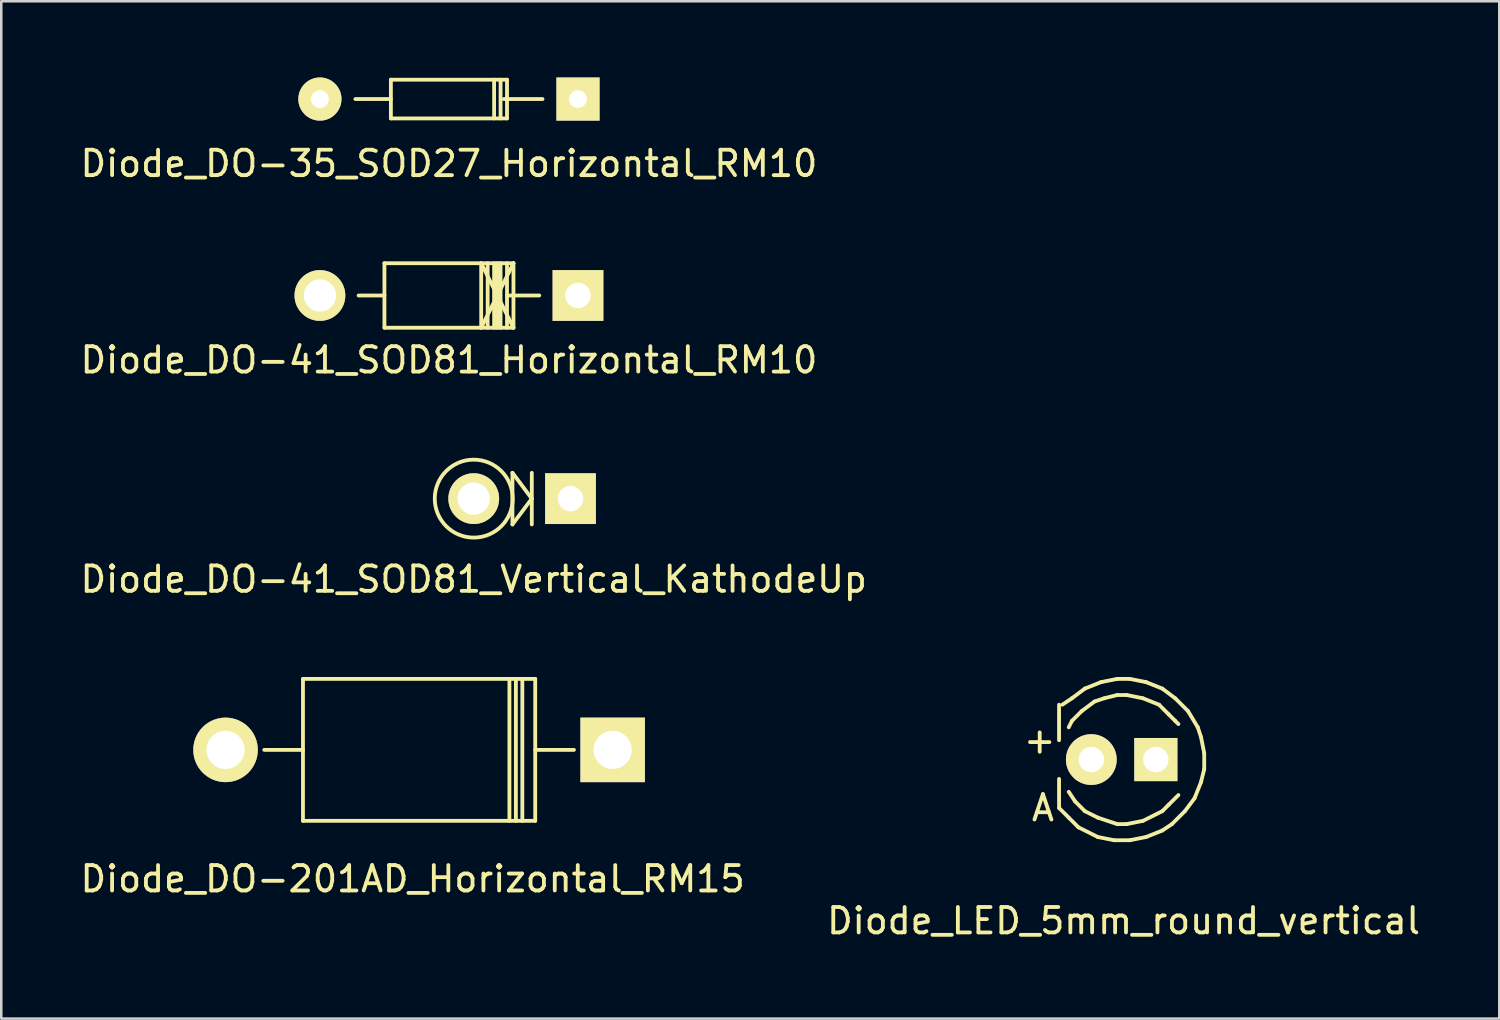
<source format=kicad_pcb>
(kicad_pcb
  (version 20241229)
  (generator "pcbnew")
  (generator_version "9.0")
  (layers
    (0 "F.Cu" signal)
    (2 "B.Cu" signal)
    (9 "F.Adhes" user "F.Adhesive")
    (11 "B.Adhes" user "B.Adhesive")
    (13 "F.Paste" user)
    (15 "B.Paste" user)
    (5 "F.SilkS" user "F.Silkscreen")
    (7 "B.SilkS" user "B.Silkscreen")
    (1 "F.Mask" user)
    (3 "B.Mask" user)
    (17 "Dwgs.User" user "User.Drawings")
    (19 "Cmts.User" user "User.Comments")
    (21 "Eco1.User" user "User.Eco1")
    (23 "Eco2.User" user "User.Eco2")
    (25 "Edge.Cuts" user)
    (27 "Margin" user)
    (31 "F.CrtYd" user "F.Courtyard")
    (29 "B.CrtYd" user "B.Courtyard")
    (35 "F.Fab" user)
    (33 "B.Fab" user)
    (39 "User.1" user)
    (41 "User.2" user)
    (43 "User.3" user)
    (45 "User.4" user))
  (footprint "Diode_DO-201AD_Horizontal_RM15"
    (layer "F.Cu")
    (at 13.45 26.473)
    (property "Reference" "Diode_DO-201AD_Horizontal_RM15" (at -0.254 5.08 0) (layer "F.SilkS") (effects (font (size 1 1) (thickness 0.15))))
    (attr through_hole)
    (fp_line (start -4.572 -2.794) (end -4.572 2.794) (stroke (width 0.15) (type solid)) (layer "F.SilkS"))
    (fp_line (start -4.572 0) (end -6.096 0) (stroke (width 0.15) (type solid)) (layer "F.SilkS"))
    (fp_line (start -4.572 2.794) (end 4.572 2.794) (stroke (width 0.15) (type solid)) (layer "F.SilkS"))
    (fp_line (start 3.556 -2.794) (end 3.556 2.794) (stroke (width 0.15) (type solid)) (layer "F.SilkS"))
    (fp_line (start 3.81 -2.794) (end 3.81 2.794) (stroke (width 0.15) (type solid)) (layer "F.SilkS"))
    (fp_line (start 4.064 -2.794) (end 4.064 2.794) (stroke (width 0.15) (type solid)) (layer "F.SilkS"))
    (fp_line (start 4.572 -2.794) (end -4.572 -2.794) (stroke (width 0.15) (type solid)) (layer "F.SilkS"))
    (fp_line (start 4.572 0) (end 6.096 0) (stroke (width 0.15) (type solid)) (layer "F.SilkS"))
    (fp_line (start 4.572 2.794) (end 4.572 -2.794) (stroke (width 0.15) (type solid)) (layer "F.SilkS"))
    (pad "1" thru_hole circle (at -7.62 0) (size 2.54 2.54) (drill 1.501) (layers "*.Cu" "*.Mask" "F.SilkS"))
    (pad "2" thru_hole rect (at 7.62 0) (size 2.54 2.54) (drill 1.501) (layers "*.Cu" "*.Mask" "F.SilkS")))
  (footprint "Diode_DO-41_SOD81_Vertical_KathodeUp"
    (layer "F.Cu")
    (at 15.601 16.581)
    (property "Reference" "Diode_DO-41_SOD81_Vertical_KathodeUp" (at 0 3.175 0) (layer "F.SilkS") (effects (font (size 1 1) (thickness 0.15))))
    (attr through_hole)
    (fp_line (start 1.524 -1.016) (end 1.524 1.016) (stroke (width 0.15) (type solid)) (layer "F.SilkS"))
    (fp_line (start 1.524 -1.016) (end 2.286 0) (stroke (width 0.15) (type solid)) (layer "F.SilkS"))
    (fp_line (start 2.286 -1.016) (end 2.286 1.016) (stroke (width 0.15) (type solid)) (layer "F.SilkS"))
    (fp_line (start 2.286 0) (end 1.524 1.016) (stroke (width 0.15) (type solid)) (layer "F.SilkS"))
    (fp_circle (center 0 0) (end 1.397 0.635) (stroke (width 0.15) (type solid)) (fill no) (layer "F.SilkS"))
    (pad "1" thru_hole circle (at 0 0) (size 1.999 1.999) (drill 1.27) (layers "*.Cu" "*.Mask" "F.SilkS"))
    (pad "2" thru_hole rect (at 3.81 0) (size 1.999 1.999) (drill 1.001) (layers "*.Cu" "*.Mask" "F.SilkS")))
  (footprint "Diode_DO-35_SOD27_Horizontal_RM10"
    (layer "F.Cu")
    (at 14.625 0.85)
    (property "Reference" "Diode_DO-35_SOD27_Horizontal_RM10" (at 0 2.54 0) (layer "F.SilkS") (effects (font (size 1 1) (thickness 0.15))))
    (attr through_hole)
    (fp_line (start -2.286 -0.762) (end 2.286 -0.762) (stroke (width 0.15) (type solid)) (layer "F.SilkS"))
    (fp_line (start -2.286 0) (end -3.683 0) (stroke (width 0.15) (type solid)) (layer "F.SilkS"))
    (fp_line (start -2.286 0.762) (end -2.286 -0.762) (stroke (width 0.15) (type solid)) (layer "F.SilkS"))
    (fp_line (start 1.778 -0.762) (end 1.778 0.762) (stroke (width 0.15) (type solid)) (layer "F.SilkS"))
    (fp_line (start 2.032 -0.762) (end 2.032 0.762) (stroke (width 0.15) (type solid)) (layer "F.SilkS"))
    (fp_line (start 2.159 0) (end 3.683 0) (stroke (width 0.15) (type solid)) (layer "F.SilkS"))
    (fp_line (start 2.286 -0.762) (end 2.286 0) (stroke (width 0.15) (type solid)) (layer "F.SilkS"))
    (fp_line (start 2.286 0) (end 2.286 0.762) (stroke (width 0.15) (type solid)) (layer "F.SilkS"))
    (fp_line (start 2.286 0.762) (end -2.286 0.762) (stroke (width 0.15) (type solid)) (layer "F.SilkS"))
    (pad "1" thru_hole circle (at -5.08 0) (size 1.699 1.699) (drill 0.701) (layers "*.Cu" "*.Mask" "F.SilkS"))
    (pad "2" thru_hole rect (at 5.08 0) (size 1.699 1.699) (drill 0.701) (layers "*.Cu" "*.Mask" "F.SilkS")))
  (footprint "Diode_DO-41_SOD81_Horizontal_RM10"
    (layer "F.Cu")
    (at 14.625 8.583)
    (property "Reference" "Diode_DO-41_SOD81_Horizontal_RM10" (at 0 2.54 0) (layer "F.SilkS") (effects (font (size 1 1) (thickness 0.15))))
    (attr through_hole)
    (fp_line (start -2.54 -1.27) (end -2.54 1.27) (stroke (width 0.15) (type solid)) (layer "F.SilkS"))
    (fp_line (start -2.54 0) (end -3.556 0) (stroke (width 0.15) (type solid)) (layer "F.SilkS"))
    (fp_line (start -2.54 1.27) (end 2.54 1.27) (stroke (width 0.15) (type solid)) (layer "F.SilkS"))
    (fp_line (start 1.27 -1.27) (end 1.27 1.27) (stroke (width 0.15) (type solid)) (layer "F.SilkS"))
    (fp_line (start 1.27 -1.27) (end 2.54 1.27) (stroke (width 0.15) (type solid)) (layer "F.SilkS"))
    (fp_line (start 1.524 -1.27) (end 1.524 1.27) (stroke (width 0.15) (type solid)) (layer "F.SilkS"))
    (fp_line (start 1.778 -1.27) (end 1.778 1.27) (stroke (width 0.15) (type solid)) (layer "F.SilkS"))
    (fp_line (start 1.905 -1.27) (end 1.905 1.27) (stroke (width 0.15) (type solid)) (layer "F.SilkS"))
    (fp_line (start 2.032 -1.27) (end 2.032 1.27) (stroke (width 0.15) (type solid)) (layer "F.SilkS"))
    (fp_line (start 2.286 -1.27) (end 2.286 1.27) (stroke (width 0.15) (type solid)) (layer "F.SilkS"))
    (fp_line (start 2.286 0) (end 3.556 0) (stroke (width 0.15) (type solid)) (layer "F.SilkS"))
    (fp_line (start 2.54 -1.27) (end -2.54 -1.27) (stroke (width 0.15) (type solid)) (layer "F.SilkS"))
    (fp_line (start 2.54 -1.27) (end 1.27 1.27) (stroke (width 0.15) (type solid)) (layer "F.SilkS"))
    (fp_line (start 2.54 1.27) (end 2.54 -1.27) (stroke (width 0.15) (type solid)) (layer "F.SilkS"))
    (pad "1" thru_hole circle (at -5.08 0) (size 1.999 1.999) (drill 1.27) (layers "*.Cu" "*.Mask" "F.SilkS"))
    (pad "2" thru_hole rect (at 5.08 0) (size 1.999 1.999) (drill 1.001) (layers "*.Cu" "*.Mask" "F.SilkS")))
  (footprint "Diode_LED_5mm_round_vertical"
    (layer "F.Cu")
    (at 41.185 26.854)
    (property "Reference" "Diode_LED_5mm_round_vertical" (at 0 6.35 0) (layer "F.SilkS") (effects (font (size 1 1) (thickness 0.15))))
    (attr through_hole)
    (fp_line (start -2.54 -2.159) (end -2.54 -0.762) (stroke (width 0.15) (type solid)) (layer "F.SilkS"))
    (fp_line (start -2.54 1.905) (end -2.54 0.762) (stroke (width 0.15) (type solid)) (layer "F.SilkS"))
    (fp_line (start -2.54 1.905) (end -2.159 2.286) (stroke (width 0.15) (type solid)) (layer "F.SilkS"))
    (fp_line (start -2.413 -2.159) (end -2.032 -2.413) (stroke (width 0.15) (type solid)) (layer "F.SilkS"))
    (fp_line (start -2.159 -1.27) (end -2.032 -1.524) (stroke (width 0.15) (type solid)) (layer "F.SilkS"))
    (fp_line (start -2.159 1.27) (end -1.905 1.651) (stroke (width 0.15) (type solid)) (layer "F.SilkS"))
    (fp_line (start -2.032 -2.413) (end -1.524 -2.794) (stroke (width 0.15) (type solid)) (layer "F.SilkS"))
    (fp_line (start -2.032 -1.524) (end -1.651 -1.905) (stroke (width 0.15) (type solid)) (layer "F.SilkS"))
    (fp_line (start -1.905 1.651) (end -1.524 2.032) (stroke (width 0.15) (type solid)) (layer "F.SilkS"))
    (fp_line (start -1.778 2.667) (end -2.159 2.286) (stroke (width 0.15) (type solid)) (layer "F.SilkS"))
    (fp_line (start -1.651 -1.905) (end -1.143 -2.286) (stroke (width 0.15) (type solid)) (layer "F.SilkS"))
    (fp_line (start -1.524 -2.794) (end -0.889 -3.048) (stroke (width 0.15) (type solid)) (layer "F.SilkS"))
    (fp_line (start -1.524 2.032) (end -1.016 2.286) (stroke (width 0.15) (type solid)) (layer "F.SilkS"))
    (fp_line (start -1.143 -2.286) (end -0.762 -2.413) (stroke (width 0.15) (type solid)) (layer "F.SilkS"))
    (fp_line (start -1.016 2.286) (end -0.254 2.54) (stroke (width 0.15) (type solid)) (layer "F.SilkS"))
    (fp_line (start -1.016 3.048) (end -1.778 2.667) (stroke (width 0.15) (type solid)) (layer "F.SilkS"))
    (fp_line (start -0.889 -3.048) (end -0.254 -3.175) (stroke (width 0.15) (type solid)) (layer "F.SilkS"))
    (fp_line (start -0.762 -2.413) (end -0.254 -2.54) (stroke (width 0.15) (type solid)) (layer "F.SilkS"))
    (fp_line (start -0.381 3.175) (end -1.016 3.048) (stroke (width 0.15) (type solid)) (layer "F.SilkS"))
    (fp_line (start -0.254 -3.175) (end 0.254 -3.175) (stroke (width 0.15) (type solid)) (layer "F.SilkS"))
    (fp_line (start -0.254 -2.54) (end 0.127 -2.54) (stroke (width 0.15) (type solid)) (layer "F.SilkS"))
    (fp_line (start -0.254 2.54) (end 0.127 2.54) (stroke (width 0.15) (type solid)) (layer "F.SilkS"))
    (fp_line (start 0.127 -2.54) (end 0.762 -2.413) (stroke (width 0.15) (type solid)) (layer "F.SilkS"))
    (fp_line (start 0.127 2.54) (end 0.762 2.413) (stroke (width 0.15) (type solid)) (layer "F.SilkS"))
    (fp_line (start 0.254 -3.175) (end 0.889 -3.048) (stroke (width 0.15) (type solid)) (layer "F.SilkS"))
    (fp_line (start 0.254 3.175) (end -0.381 3.175) (stroke (width 0.15) (type solid)) (layer "F.SilkS"))
    (fp_line (start 0.762 -2.413) (end 1.397 -2.159) (stroke (width 0.15) (type solid)) (layer "F.SilkS"))
    (fp_line (start 0.762 2.413) (end 1.524 2.032) (stroke (width 0.15) (type solid)) (layer "F.SilkS"))
    (fp_line (start 0.889 -3.048) (end 1.524 -2.794) (stroke (width 0.15) (type solid)) (layer "F.SilkS"))
    (fp_line (start 0.889 3.048) (end 0.254 3.175) (stroke (width 0.15) (type solid)) (layer "F.SilkS"))
    (fp_line (start 1.397 -2.159) (end 1.778 -1.778) (stroke (width 0.15) (type solid)) (layer "F.SilkS"))
    (fp_line (start 1.524 -2.794) (end 2.032 -2.413) (stroke (width 0.15) (type solid)) (layer "F.SilkS"))
    (fp_line (start 1.524 2.032) (end 1.778 1.778) (stroke (width 0.15) (type solid)) (layer "F.SilkS"))
    (fp_line (start 1.524 2.794) (end 0.889 3.048) (stroke (width 0.15) (type solid)) (layer "F.SilkS"))
    (fp_line (start 1.778 -1.778) (end 2.032 -1.524) (stroke (width 0.15) (type solid)) (layer "F.SilkS"))
    (fp_line (start 1.778 1.778) (end 2.159 1.397) (stroke (width 0.15) (type solid)) (layer "F.SilkS"))
    (fp_line (start 1.905 2.54) (end 1.524 2.794) (stroke (width 0.15) (type solid)) (layer "F.SilkS"))
    (fp_line (start 2.032 -2.413) (end 2.54 -1.905) (stroke (width 0.15) (type solid)) (layer "F.SilkS"))
    (fp_line (start 2.032 -1.524) (end 2.159 -1.397) (stroke (width 0.15) (type solid)) (layer "F.SilkS"))
    (fp_line (start 2.413 2.032) (end 1.905 2.54) (stroke (width 0.15) (type solid)) (layer "F.SilkS"))
    (fp_line (start 2.54 -1.905) (end 2.921 -1.27) (stroke (width 0.15) (type solid)) (layer "F.SilkS"))
    (fp_line (start 2.794 1.524) (end 2.413 2.032) (stroke (width 0.15) (type solid)) (layer "F.SilkS"))
    (fp_line (start 2.921 -1.27) (end 3.048 -0.889) (stroke (width 0.15) (type solid)) (layer "F.SilkS"))
    (fp_line (start 3.048 -0.889) (end 3.175 -0.254) (stroke (width 0.15) (type solid)) (layer "F.SilkS"))
    (fp_line (start 3.048 0.889) (end 2.794 1.524) (stroke (width 0.15) (type solid)) (layer "F.SilkS"))
    (fp_line (start 3.175 -0.254) (end 3.175 0.381) (stroke (width 0.15) (type solid)) (layer "F.SilkS"))
    (fp_line (start 3.175 0.381) (end 3.048 0.889) (stroke (width 0.15) (type solid)) (layer "F.SilkS"))
    (fp_text user "A" (at -3.175 1.905 0) (layer "F.SilkS") (effects (font (size 1 1) (thickness 0.15))))
    (fp_text user "+" (at -3.302 -0.762 0) (layer "F.SilkS") (effects (font (size 1 1) (thickness 0.15))))
    (pad "1" thru_hole circle (at -1.27 0 90) (size 1.999 1.999) (drill 1.001) (layers "*.Cu" "*.Mask" "F.SilkS"))
    (pad "2" thru_hole rect (at 1.27 0) (size 1.699 1.699) (drill 1.001) (layers "*.Cu" "*.Mask" "F.SilkS")))
  (gr_rect
    (start -3 -3)
    (end 55.976 37.052)
    (stroke (width 0.1) (type default))
    (fill no)
    (layer "Edge.Cuts")))
</source>
